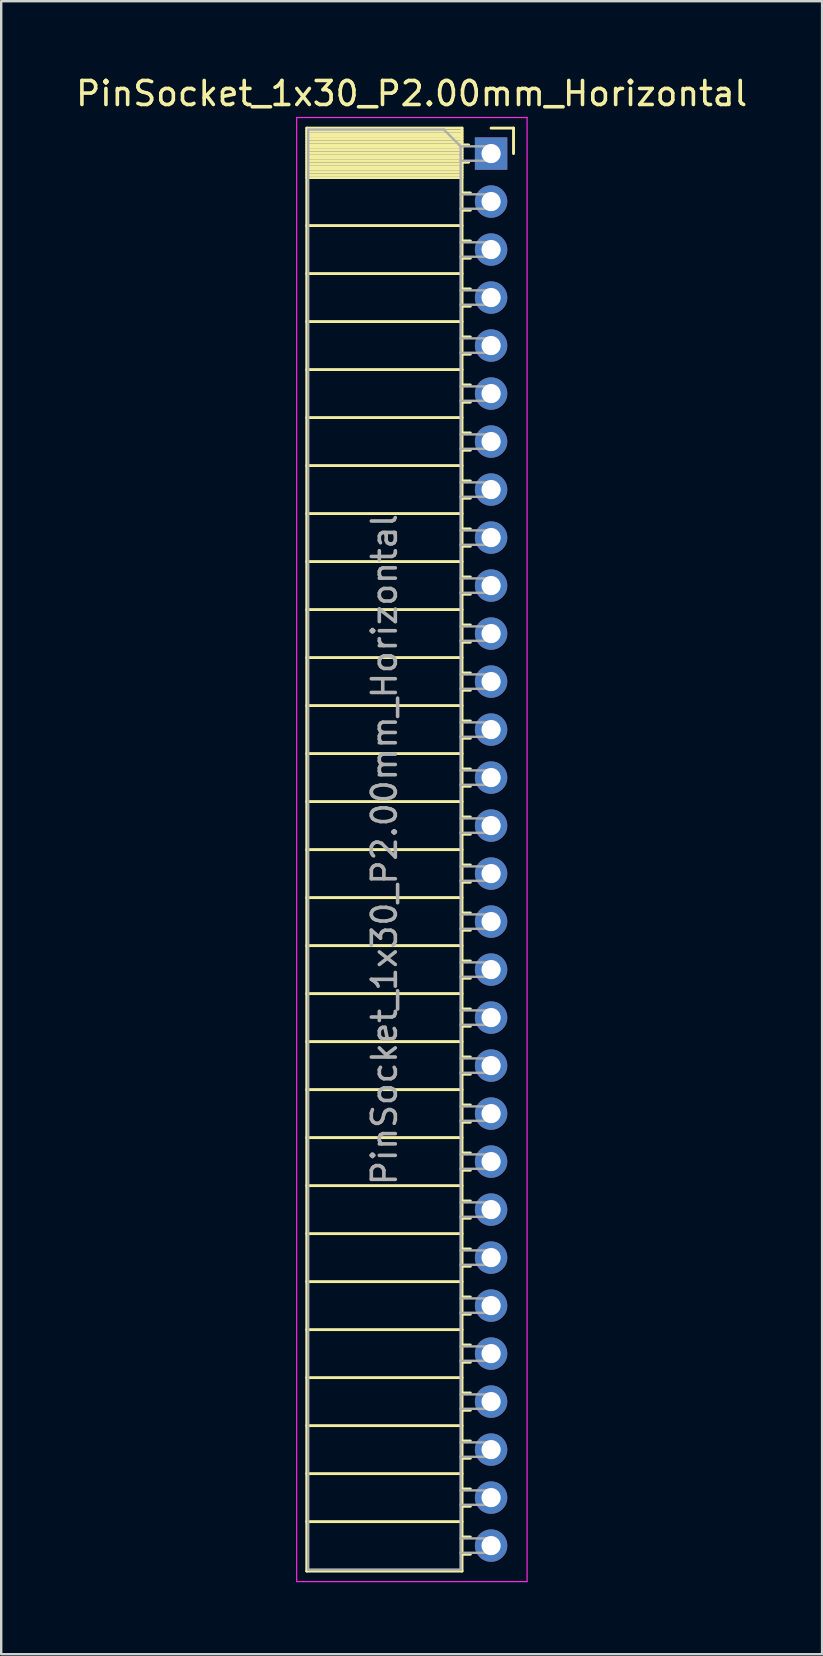
<source format=kicad_pcb>
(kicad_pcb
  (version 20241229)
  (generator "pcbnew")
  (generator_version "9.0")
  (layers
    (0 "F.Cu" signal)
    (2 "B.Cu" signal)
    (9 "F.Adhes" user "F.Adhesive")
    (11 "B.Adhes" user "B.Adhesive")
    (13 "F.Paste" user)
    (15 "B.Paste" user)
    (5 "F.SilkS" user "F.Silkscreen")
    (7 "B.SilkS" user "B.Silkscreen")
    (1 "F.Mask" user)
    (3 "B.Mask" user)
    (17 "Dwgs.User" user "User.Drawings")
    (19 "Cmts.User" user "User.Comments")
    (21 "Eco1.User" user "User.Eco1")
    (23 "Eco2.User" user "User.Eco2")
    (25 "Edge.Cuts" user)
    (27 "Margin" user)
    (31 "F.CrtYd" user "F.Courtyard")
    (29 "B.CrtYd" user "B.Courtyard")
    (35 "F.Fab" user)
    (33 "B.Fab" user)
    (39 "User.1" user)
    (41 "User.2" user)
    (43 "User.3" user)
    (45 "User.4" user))
  (footprint "PinSocket_1x30_P2.00mm_Horizontal"
    (layer "F.Cu")
    (at 17.411 3.348)
    (property "Reference" "PinSocket_1x30_P2.00mm_Horizontal" (at -3.31 -2.5 0) (layer "F.SilkS") (effects (font (size 1 1) (thickness 0.15))))
    (attr through_hole)
    (fp_line (start -7.68 -1.06) (end -7.68 59.06) (stroke (width 0.12) (type solid)) (layer "F.SilkS"))
    (fp_line (start -7.68 -1.06) (end -1.21 -1.06) (stroke (width 0.12) (type solid)) (layer "F.SilkS"))
    (fp_line (start -7.68 -0.94) (end -1.21 -0.94) (stroke (width 0.12) (type solid)) (layer "F.SilkS"))
    (fp_line (start -7.68 -0.826) (end -1.21 -0.826) (stroke (width 0.12) (type solid)) (layer "F.SilkS"))
    (fp_line (start -7.68 -0.712) (end -1.21 -0.712) (stroke (width 0.12) (type solid)) (layer "F.SilkS"))
    (fp_line (start -7.68 -0.598) (end -1.21 -0.598) (stroke (width 0.12) (type solid)) (layer "F.SilkS"))
    (fp_line (start -7.68 -0.484) (end -1.21 -0.484) (stroke (width 0.12) (type solid)) (layer "F.SilkS"))
    (fp_line (start -7.68 -0.369) (end -1.21 -0.369) (stroke (width 0.12) (type solid)) (layer "F.SilkS"))
    (fp_line (start -7.68 -0.255) (end -1.21 -0.255) (stroke (width 0.12) (type solid)) (layer "F.SilkS"))
    (fp_line (start -7.68 -0.141) (end -1.21 -0.141) (stroke (width 0.12) (type solid)) (layer "F.SilkS"))
    (fp_line (start -7.68 -0.027) (end -1.21 -0.027) (stroke (width 0.12) (type solid)) (layer "F.SilkS"))
    (fp_line (start -7.68 0.087) (end -1.21 0.087) (stroke (width 0.12) (type solid)) (layer "F.SilkS"))
    (fp_line (start -7.68 0.201) (end -1.21 0.201) (stroke (width 0.12) (type solid)) (layer "F.SilkS"))
    (fp_line (start -7.68 0.315) (end -1.21 0.315) (stroke (width 0.12) (type solid)) (layer "F.SilkS"))
    (fp_line (start -7.68 0.429) (end -1.21 0.429) (stroke (width 0.12) (type solid)) (layer "F.SilkS"))
    (fp_line (start -7.68 0.544) (end -1.21 0.544) (stroke (width 0.12) (type solid)) (layer "F.SilkS"))
    (fp_line (start -7.68 0.658) (end -1.21 0.658) (stroke (width 0.12) (type solid)) (layer "F.SilkS"))
    (fp_line (start -7.68 0.772) (end -1.21 0.772) (stroke (width 0.12) (type solid)) (layer "F.SilkS"))
    (fp_line (start -7.68 0.886) (end -1.21 0.886) (stroke (width 0.12) (type solid)) (layer "F.SilkS"))
    (fp_line (start -7.68 1) (end -1.21 1) (stroke (width 0.12) (type solid)) (layer "F.SilkS"))
    (fp_line (start -7.68 3) (end -1.21 3) (stroke (width 0.12) (type solid)) (layer "F.SilkS"))
    (fp_line (start -7.68 5) (end -1.21 5) (stroke (width 0.12) (type solid)) (layer "F.SilkS"))
    (fp_line (start -7.68 7) (end -1.21 7) (stroke (width 0.12) (type solid)) (layer "F.SilkS"))
    (fp_line (start -7.68 9) (end -1.21 9) (stroke (width 0.12) (type solid)) (layer "F.SilkS"))
    (fp_line (start -7.68 11) (end -1.21 11) (stroke (width 0.12) (type solid)) (layer "F.SilkS"))
    (fp_line (start -7.68 13) (end -1.21 13) (stroke (width 0.12) (type solid)) (layer "F.SilkS"))
    (fp_line (start -7.68 15) (end -1.21 15) (stroke (width 0.12) (type solid)) (layer "F.SilkS"))
    (fp_line (start -7.68 17) (end -1.21 17) (stroke (width 0.12) (type solid)) (layer "F.SilkS"))
    (fp_line (start -7.68 19) (end -1.21 19) (stroke (width 0.12) (type solid)) (layer "F.SilkS"))
    (fp_line (start -7.68 21) (end -1.21 21) (stroke (width 0.12) (type solid)) (layer "F.SilkS"))
    (fp_line (start -7.68 23) (end -1.21 23) (stroke (width 0.12) (type solid)) (layer "F.SilkS"))
    (fp_line (start -7.68 25) (end -1.21 25) (stroke (width 0.12) (type solid)) (layer "F.SilkS"))
    (fp_line (start -7.68 27) (end -1.21 27) (stroke (width 0.12) (type solid)) (layer "F.SilkS"))
    (fp_line (start -7.68 29) (end -1.21 29) (stroke (width 0.12) (type solid)) (layer "F.SilkS"))
    (fp_line (start -7.68 31) (end -1.21 31) (stroke (width 0.12) (type solid)) (layer "F.SilkS"))
    (fp_line (start -7.68 33) (end -1.21 33) (stroke (width 0.12) (type solid)) (layer "F.SilkS"))
    (fp_line (start -7.68 35) (end -1.21 35) (stroke (width 0.12) (type solid)) (layer "F.SilkS"))
    (fp_line (start -7.68 37) (end -1.21 37) (stroke (width 0.12) (type solid)) (layer "F.SilkS"))
    (fp_line (start -7.68 39) (end -1.21 39) (stroke (width 0.12) (type solid)) (layer "F.SilkS"))
    (fp_line (start -7.68 41) (end -1.21 41) (stroke (width 0.12) (type solid)) (layer "F.SilkS"))
    (fp_line (start -7.68 43) (end -1.21 43) (stroke (width 0.12) (type solid)) (layer "F.SilkS"))
    (fp_line (start -7.68 45) (end -1.21 45) (stroke (width 0.12) (type solid)) (layer "F.SilkS"))
    (fp_line (start -7.68 47) (end -1.21 47) (stroke (width 0.12) (type solid)) (layer "F.SilkS"))
    (fp_line (start -7.68 49) (end -1.21 49) (stroke (width 0.12) (type solid)) (layer "F.SilkS"))
    (fp_line (start -7.68 51) (end -1.21 51) (stroke (width 0.12) (type solid)) (layer "F.SilkS"))
    (fp_line (start -7.68 53) (end -1.21 53) (stroke (width 0.12) (type solid)) (layer "F.SilkS"))
    (fp_line (start -7.68 55) (end -1.21 55) (stroke (width 0.12) (type solid)) (layer "F.SilkS"))
    (fp_line (start -7.68 57) (end -1.21 57) (stroke (width 0.12) (type solid)) (layer "F.SilkS"))
    (fp_line (start -7.68 59.06) (end -1.21 59.06) (stroke (width 0.12) (type solid)) (layer "F.SilkS"))
    (fp_line (start -1.21 -1.06) (end -1.21 59.06) (stroke (width 0.12) (type solid)) (layer "F.SilkS"))
    (fp_line (start -1.21 -0.36) (end -0.935 -0.36) (stroke (width 0.12) (type solid)) (layer "F.SilkS"))
    (fp_line (start -1.21 0.36) (end -0.935 0.36) (stroke (width 0.12) (type solid)) (layer "F.SilkS"))
    (fp_line (start -1.21 1.64) (end -0.863 1.64) (stroke (width 0.12) (type solid)) (layer "F.SilkS"))
    (fp_line (start -1.21 2.36) (end -0.863 2.36) (stroke (width 0.12) (type solid)) (layer "F.SilkS"))
    (fp_line (start -1.21 3.64) (end -0.863 3.64) (stroke (width 0.12) (type solid)) (layer "F.SilkS"))
    (fp_line (start -1.21 4.36) (end -0.863 4.36) (stroke (width 0.12) (type solid)) (layer "F.SilkS"))
    (fp_line (start -1.21 5.64) (end -0.863 5.64) (stroke (width 0.12) (type solid)) (layer "F.SilkS"))
    (fp_line (start -1.21 6.36) (end -0.863 6.36) (stroke (width 0.12) (type solid)) (layer "F.SilkS"))
    (fp_line (start -1.21 7.64) (end -0.863 7.64) (stroke (width 0.12) (type solid)) (layer "F.SilkS"))
    (fp_line (start -1.21 8.36) (end -0.863 8.36) (stroke (width 0.12) (type solid)) (layer "F.SilkS"))
    (fp_line (start -1.21 9.64) (end -0.863 9.64) (stroke (width 0.12) (type solid)) (layer "F.SilkS"))
    (fp_line (start -1.21 10.36) (end -0.863 10.36) (stroke (width 0.12) (type solid)) (layer "F.SilkS"))
    (fp_line (start -1.21 11.64) (end -0.863 11.64) (stroke (width 0.12) (type solid)) (layer "F.SilkS"))
    (fp_line (start -1.21 12.36) (end -0.863 12.36) (stroke (width 0.12) (type solid)) (layer "F.SilkS"))
    (fp_line (start -1.21 13.64) (end -0.863 13.64) (stroke (width 0.12) (type solid)) (layer "F.SilkS"))
    (fp_line (start -1.21 14.36) (end -0.863 14.36) (stroke (width 0.12) (type solid)) (layer "F.SilkS"))
    (fp_line (start -1.21 15.64) (end -0.863 15.64) (stroke (width 0.12) (type solid)) (layer "F.SilkS"))
    (fp_line (start -1.21 16.36) (end -0.863 16.36) (stroke (width 0.12) (type solid)) (layer "F.SilkS"))
    (fp_line (start -1.21 17.64) (end -0.863 17.64) (stroke (width 0.12) (type solid)) (layer "F.SilkS"))
    (fp_line (start -1.21 18.36) (end -0.863 18.36) (stroke (width 0.12) (type solid)) (layer "F.SilkS"))
    (fp_line (start -1.21 19.64) (end -0.863 19.64) (stroke (width 0.12) (type solid)) (layer "F.SilkS"))
    (fp_line (start -1.21 20.36) (end -0.863 20.36) (stroke (width 0.12) (type solid)) (layer "F.SilkS"))
    (fp_line (start -1.21 21.64) (end -0.863 21.64) (stroke (width 0.12) (type solid)) (layer "F.SilkS"))
    (fp_line (start -1.21 22.36) (end -0.863 22.36) (stroke (width 0.12) (type solid)) (layer "F.SilkS"))
    (fp_line (start -1.21 23.64) (end -0.863 23.64) (stroke (width 0.12) (type solid)) (layer "F.SilkS"))
    (fp_line (start -1.21 24.36) (end -0.863 24.36) (stroke (width 0.12) (type solid)) (layer "F.SilkS"))
    (fp_line (start -1.21 25.64) (end -0.863 25.64) (stroke (width 0.12) (type solid)) (layer "F.SilkS"))
    (fp_line (start -1.21 26.36) (end -0.863 26.36) (stroke (width 0.12) (type solid)) (layer "F.SilkS"))
    (fp_line (start -1.21 27.64) (end -0.863 27.64) (stroke (width 0.12) (type solid)) (layer "F.SilkS"))
    (fp_line (start -1.21 28.36) (end -0.863 28.36) (stroke (width 0.12) (type solid)) (layer "F.SilkS"))
    (fp_line (start -1.21 29.64) (end -0.863 29.64) (stroke (width 0.12) (type solid)) (layer "F.SilkS"))
    (fp_line (start -1.21 30.36) (end -0.863 30.36) (stroke (width 0.12) (type solid)) (layer "F.SilkS"))
    (fp_line (start -1.21 31.64) (end -0.863 31.64) (stroke (width 0.12) (type solid)) (layer "F.SilkS"))
    (fp_line (start -1.21 32.36) (end -0.863 32.36) (stroke (width 0.12) (type solid)) (layer "F.SilkS"))
    (fp_line (start -1.21 33.64) (end -0.863 33.64) (stroke (width 0.12) (type solid)) (layer "F.SilkS"))
    (fp_line (start -1.21 34.36) (end -0.863 34.36) (stroke (width 0.12) (type solid)) (layer "F.SilkS"))
    (fp_line (start -1.21 35.64) (end -0.863 35.64) (stroke (width 0.12) (type solid)) (layer "F.SilkS"))
    (fp_line (start -1.21 36.36) (end -0.863 36.36) (stroke (width 0.12) (type solid)) (layer "F.SilkS"))
    (fp_line (start -1.21 37.64) (end -0.863 37.64) (stroke (width 0.12) (type solid)) (layer "F.SilkS"))
    (fp_line (start -1.21 38.36) (end -0.863 38.36) (stroke (width 0.12) (type solid)) (layer "F.SilkS"))
    (fp_line (start -1.21 39.64) (end -0.863 39.64) (stroke (width 0.12) (type solid)) (layer "F.SilkS"))
    (fp_line (start -1.21 40.36) (end -0.863 40.36) (stroke (width 0.12) (type solid)) (layer "F.SilkS"))
    (fp_line (start -1.21 41.64) (end -0.863 41.64) (stroke (width 0.12) (type solid)) (layer "F.SilkS"))
    (fp_line (start -1.21 42.36) (end -0.863 42.36) (stroke (width 0.12) (type solid)) (layer "F.SilkS"))
    (fp_line (start -1.21 43.64) (end -0.863 43.64) (stroke (width 0.12) (type solid)) (layer "F.SilkS"))
    (fp_line (start -1.21 44.36) (end -0.863 44.36) (stroke (width 0.12) (type solid)) (layer "F.SilkS"))
    (fp_line (start -1.21 45.64) (end -0.863 45.64) (stroke (width 0.12) (type solid)) (layer "F.SilkS"))
    (fp_line (start -1.21 46.36) (end -0.863 46.36) (stroke (width 0.12) (type solid)) (layer "F.SilkS"))
    (fp_line (start -1.21 47.64) (end -0.863 47.64) (stroke (width 0.12) (type solid)) (layer "F.SilkS"))
    (fp_line (start -1.21 48.36) (end -0.863 48.36) (stroke (width 0.12) (type solid)) (layer "F.SilkS"))
    (fp_line (start -1.21 49.64) (end -0.863 49.64) (stroke (width 0.12) (type solid)) (layer "F.SilkS"))
    (fp_line (start -1.21 50.36) (end -0.863 50.36) (stroke (width 0.12) (type solid)) (layer "F.SilkS"))
    (fp_line (start -1.21 51.64) (end -0.863 51.64) (stroke (width 0.12) (type solid)) (layer "F.SilkS"))
    (fp_line (start -1.21 52.36) (end -0.863 52.36) (stroke (width 0.12) (type solid)) (layer "F.SilkS"))
    (fp_line (start -1.21 53.64) (end -0.863 53.64) (stroke (width 0.12) (type solid)) (layer "F.SilkS"))
    (fp_line (start -1.21 54.36) (end -0.863 54.36) (stroke (width 0.12) (type solid)) (layer "F.SilkS"))
    (fp_line (start -1.21 55.64) (end -0.863 55.64) (stroke (width 0.12) (type solid)) (layer "F.SilkS"))
    (fp_line (start -1.21 56.36) (end -0.863 56.36) (stroke (width 0.12) (type solid)) (layer "F.SilkS"))
    (fp_line (start -1.21 57.64) (end -0.863 57.64) (stroke (width 0.12) (type solid)) (layer "F.SilkS"))
    (fp_line (start -1.21 58.36) (end -0.863 58.36) (stroke (width 0.12) (type solid)) (layer "F.SilkS"))
    (fp_line (start 0 -1.06) (end 0.935 -1.06) (stroke (width 0.12) (type solid)) (layer "F.SilkS"))
    (fp_line (start 0.935 -1.06) (end 0.935 0) (stroke (width 0.12) (type solid)) (layer "F.SilkS"))
    (fp_line (start -8.1 -1.5) (end -8.1 59.5) (stroke (width 0.05) (type solid)) (layer "F.CrtYd"))
    (fp_line (start -8.1 59.5) (end 1.5 59.5) (stroke (width 0.05) (type solid)) (layer "F.CrtYd"))
    (fp_line (start 1.5 -1.5) (end -8.1 -1.5) (stroke (width 0.05) (type solid)) (layer "F.CrtYd"))
    (fp_line (start 1.5 59.5) (end 1.5 -1.5) (stroke (width 0.05) (type solid)) (layer "F.CrtYd"))
    (fp_line (start -7.62 -1) (end -1.97 -1) (stroke (width 0.1) (type solid)) (layer "F.Fab"))
    (fp_line (start -7.62 59) (end -7.62 -1) (stroke (width 0.1) (type solid)) (layer "F.Fab"))
    (fp_line (start -1.97 -1) (end -1.27 -0.3) (stroke (width 0.1) (type solid)) (layer "F.Fab"))
    (fp_line (start -1.27 -0.3) (end -1.27 59) (stroke (width 0.1) (type solid)) (layer "F.Fab"))
    (fp_line (start -1.27 0.3) (end 0 0.3) (stroke (width 0.1) (type solid)) (layer "F.Fab"))
    (fp_line (start -1.27 2.3) (end 0 2.3) (stroke (width 0.1) (type solid)) (layer "F.Fab"))
    (fp_line (start -1.27 4.3) (end 0 4.3) (stroke (width 0.1) (type solid)) (layer "F.Fab"))
    (fp_line (start -1.27 6.3) (end 0 6.3) (stroke (width 0.1) (type solid)) (layer "F.Fab"))
    (fp_line (start -1.27 8.3) (end 0 8.3) (stroke (width 0.1) (type solid)) (layer "F.Fab"))
    (fp_line (start -1.27 10.3) (end 0 10.3) (stroke (width 0.1) (type solid)) (layer "F.Fab"))
    (fp_line (start -1.27 12.3) (end 0 12.3) (stroke (width 0.1) (type solid)) (layer "F.Fab"))
    (fp_line (start -1.27 14.3) (end 0 14.3) (stroke (width 0.1) (type solid)) (layer "F.Fab"))
    (fp_line (start -1.27 16.3) (end 0 16.3) (stroke (width 0.1) (type solid)) (layer "F.Fab"))
    (fp_line (start -1.27 18.3) (end 0 18.3) (stroke (width 0.1) (type solid)) (layer "F.Fab"))
    (fp_line (start -1.27 20.3) (end 0 20.3) (stroke (width 0.1) (type solid)) (layer "F.Fab"))
    (fp_line (start -1.27 22.3) (end 0 22.3) (stroke (width 0.1) (type solid)) (layer "F.Fab"))
    (fp_line (start -1.27 24.3) (end 0 24.3) (stroke (width 0.1) (type solid)) (layer "F.Fab"))
    (fp_line (start -1.27 26.3) (end 0 26.3) (stroke (width 0.1) (type solid)) (layer "F.Fab"))
    (fp_line (start -1.27 28.3) (end 0 28.3) (stroke (width 0.1) (type solid)) (layer "F.Fab"))
    (fp_line (start -1.27 30.3) (end 0 30.3) (stroke (width 0.1) (type solid)) (layer "F.Fab"))
    (fp_line (start -1.27 32.3) (end 0 32.3) (stroke (width 0.1) (type solid)) (layer "F.Fab"))
    (fp_line (start -1.27 34.3) (end 0 34.3) (stroke (width 0.1) (type solid)) (layer "F.Fab"))
    (fp_line (start -1.27 36.3) (end 0 36.3) (stroke (width 0.1) (type solid)) (layer "F.Fab"))
    (fp_line (start -1.27 38.3) (end 0 38.3) (stroke (width 0.1) (type solid)) (layer "F.Fab"))
    (fp_line (start -1.27 40.3) (end 0 40.3) (stroke (width 0.1) (type solid)) (layer "F.Fab"))
    (fp_line (start -1.27 42.3) (end 0 42.3) (stroke (width 0.1) (type solid)) (layer "F.Fab"))
    (fp_line (start -1.27 44.3) (end 0 44.3) (stroke (width 0.1) (type solid)) (layer "F.Fab"))
    (fp_line (start -1.27 46.3) (end 0 46.3) (stroke (width 0.1) (type solid)) (layer "F.Fab"))
    (fp_line (start -1.27 48.3) (end 0 48.3) (stroke (width 0.1) (type solid)) (layer "F.Fab"))
    (fp_line (start -1.27 50.3) (end 0 50.3) (stroke (width 0.1) (type solid)) (layer "F.Fab"))
    (fp_line (start -1.27 52.3) (end 0 52.3) (stroke (width 0.1) (type solid)) (layer "F.Fab"))
    (fp_line (start -1.27 54.3) (end 0 54.3) (stroke (width 0.1) (type solid)) (layer "F.Fab"))
    (fp_line (start -1.27 56.3) (end 0 56.3) (stroke (width 0.1) (type solid)) (layer "F.Fab"))
    (fp_line (start -1.27 58.3) (end 0 58.3) (stroke (width 0.1) (type solid)) (layer "F.Fab"))
    (fp_line (start -1.27 59) (end -7.62 59) (stroke (width 0.1) (type solid)) (layer "F.Fab"))
    (fp_line (start 0 -0.3) (end -1.27 -0.3) (stroke (width 0.1) (type solid)) (layer "F.Fab"))
    (fp_line (start 0 0.3) (end 0 -0.3) (stroke (width 0.1) (type solid)) (layer "F.Fab"))
    (fp_line (start 0 1.7) (end -1.27 1.7) (stroke (width 0.1) (type solid)) (layer "F.Fab"))
    (fp_line (start 0 2.3) (end 0 1.7) (stroke (width 0.1) (type solid)) (layer "F.Fab"))
    (fp_line (start 0 3.7) (end -1.27 3.7) (stroke (width 0.1) (type solid)) (layer "F.Fab"))
    (fp_line (start 0 4.3) (end 0 3.7) (stroke (width 0.1) (type solid)) (layer "F.Fab"))
    (fp_line (start 0 5.7) (end -1.27 5.7) (stroke (width 0.1) (type solid)) (layer "F.Fab"))
    (fp_line (start 0 6.3) (end 0 5.7) (stroke (width 0.1) (type solid)) (layer "F.Fab"))
    (fp_line (start 0 7.7) (end -1.27 7.7) (stroke (width 0.1) (type solid)) (layer "F.Fab"))
    (fp_line (start 0 8.3) (end 0 7.7) (stroke (width 0.1) (type solid)) (layer "F.Fab"))
    (fp_line (start 0 9.7) (end -1.27 9.7) (stroke (width 0.1) (type solid)) (layer "F.Fab"))
    (fp_line (start 0 10.3) (end 0 9.7) (stroke (width 0.1) (type solid)) (layer "F.Fab"))
    (fp_line (start 0 11.7) (end -1.27 11.7) (stroke (width 0.1) (type solid)) (layer "F.Fab"))
    (fp_line (start 0 12.3) (end 0 11.7) (stroke (width 0.1) (type solid)) (layer "F.Fab"))
    (fp_line (start 0 13.7) (end -1.27 13.7) (stroke (width 0.1) (type solid)) (layer "F.Fab"))
    (fp_line (start 0 14.3) (end 0 13.7) (stroke (width 0.1) (type solid)) (layer "F.Fab"))
    (fp_line (start 0 15.7) (end -1.27 15.7) (stroke (width 0.1) (type solid)) (layer "F.Fab"))
    (fp_line (start 0 16.3) (end 0 15.7) (stroke (width 0.1) (type solid)) (layer "F.Fab"))
    (fp_line (start 0 17.7) (end -1.27 17.7) (stroke (width 0.1) (type solid)) (layer "F.Fab"))
    (fp_line (start 0 18.3) (end 0 17.7) (stroke (width 0.1) (type solid)) (layer "F.Fab"))
    (fp_line (start 0 19.7) (end -1.27 19.7) (stroke (width 0.1) (type solid)) (layer "F.Fab"))
    (fp_line (start 0 20.3) (end 0 19.7) (stroke (width 0.1) (type solid)) (layer "F.Fab"))
    (fp_line (start 0 21.7) (end -1.27 21.7) (stroke (width 0.1) (type solid)) (layer "F.Fab"))
    (fp_line (start 0 22.3) (end 0 21.7) (stroke (width 0.1) (type solid)) (layer "F.Fab"))
    (fp_line (start 0 23.7) (end -1.27 23.7) (stroke (width 0.1) (type solid)) (layer "F.Fab"))
    (fp_line (start 0 24.3) (end 0 23.7) (stroke (width 0.1) (type solid)) (layer "F.Fab"))
    (fp_line (start 0 25.7) (end -1.27 25.7) (stroke (width 0.1) (type solid)) (layer "F.Fab"))
    (fp_line (start 0 26.3) (end 0 25.7) (stroke (width 0.1) (type solid)) (layer "F.Fab"))
    (fp_line (start 0 27.7) (end -1.27 27.7) (stroke (width 0.1) (type solid)) (layer "F.Fab"))
    (fp_line (start 0 28.3) (end 0 27.7) (stroke (width 0.1) (type solid)) (layer "F.Fab"))
    (fp_line (start 0 29.7) (end -1.27 29.7) (stroke (width 0.1) (type solid)) (layer "F.Fab"))
    (fp_line (start 0 30.3) (end 0 29.7) (stroke (width 0.1) (type solid)) (layer "F.Fab"))
    (fp_line (start 0 31.7) (end -1.27 31.7) (stroke (width 0.1) (type solid)) (layer "F.Fab"))
    (fp_line (start 0 32.3) (end 0 31.7) (stroke (width 0.1) (type solid)) (layer "F.Fab"))
    (fp_line (start 0 33.7) (end -1.27 33.7) (stroke (width 0.1) (type solid)) (layer "F.Fab"))
    (fp_line (start 0 34.3) (end 0 33.7) (stroke (width 0.1) (type solid)) (layer "F.Fab"))
    (fp_line (start 0 35.7) (end -1.27 35.7) (stroke (width 0.1) (type solid)) (layer "F.Fab"))
    (fp_line (start 0 36.3) (end 0 35.7) (stroke (width 0.1) (type solid)) (layer "F.Fab"))
    (fp_line (start 0 37.7) (end -1.27 37.7) (stroke (width 0.1) (type solid)) (layer "F.Fab"))
    (fp_line (start 0 38.3) (end 0 37.7) (stroke (width 0.1) (type solid)) (layer "F.Fab"))
    (fp_line (start 0 39.7) (end -1.27 39.7) (stroke (width 0.1) (type solid)) (layer "F.Fab"))
    (fp_line (start 0 40.3) (end 0 39.7) (stroke (width 0.1) (type solid)) (layer "F.Fab"))
    (fp_line (start 0 41.7) (end -1.27 41.7) (stroke (width 0.1) (type solid)) (layer "F.Fab"))
    (fp_line (start 0 42.3) (end 0 41.7) (stroke (width 0.1) (type solid)) (layer "F.Fab"))
    (fp_line (start 0 43.7) (end -1.27 43.7) (stroke (width 0.1) (type solid)) (layer "F.Fab"))
    (fp_line (start 0 44.3) (end 0 43.7) (stroke (width 0.1) (type solid)) (layer "F.Fab"))
    (fp_line (start 0 45.7) (end -1.27 45.7) (stroke (width 0.1) (type solid)) (layer "F.Fab"))
    (fp_line (start 0 46.3) (end 0 45.7) (stroke (width 0.1) (type solid)) (layer "F.Fab"))
    (fp_line (start 0 47.7) (end -1.27 47.7) (stroke (width 0.1) (type solid)) (layer "F.Fab"))
    (fp_line (start 0 48.3) (end 0 47.7) (stroke (width 0.1) (type solid)) (layer "F.Fab"))
    (fp_line (start 0 49.7) (end -1.27 49.7) (stroke (width 0.1) (type solid)) (layer "F.Fab"))
    (fp_line (start 0 50.3) (end 0 49.7) (stroke (width 0.1) (type solid)) (layer "F.Fab"))
    (fp_line (start 0 51.7) (end -1.27 51.7) (stroke (width 0.1) (type solid)) (layer "F.Fab"))
    (fp_line (start 0 52.3) (end 0 51.7) (stroke (width 0.1) (type solid)) (layer "F.Fab"))
    (fp_line (start 0 53.7) (end -1.27 53.7) (stroke (width 0.1) (type solid)) (layer "F.Fab"))
    (fp_line (start 0 54.3) (end 0 53.7) (stroke (width 0.1) (type solid)) (layer "F.Fab"))
    (fp_line (start 0 55.7) (end -1.27 55.7) (stroke (width 0.1) (type solid)) (layer "F.Fab"))
    (fp_line (start 0 56.3) (end 0 55.7) (stroke (width 0.1) (type solid)) (layer "F.Fab"))
    (fp_line (start 0 57.7) (end -1.27 57.7) (stroke (width 0.1) (type solid)) (layer "F.Fab"))
    (fp_line (start 0 58.3) (end 0 57.7) (stroke (width 0.1) (type solid)) (layer "F.Fab"))
    (fp_text user "${REFERENCE}" (at -4.445 29 90) (layer "F.Fab") (effects (font (size 1 1) (thickness 0.15))))
    (pad "1" thru_hole rect (at 0 0) (size 1.35 1.35) (drill 0.8) (layers "*.Cu" "*.Mask"))
    (pad "2" thru_hole circle (at 0 2) (size 1.35 1.35) (drill 0.8) (layers "*.Cu" "*.Mask"))
    (pad "3" thru_hole circle (at 0 4) (size 1.35 1.35) (drill 0.8) (layers "*.Cu" "*.Mask"))
    (pad "4" thru_hole circle (at 0 6) (size 1.35 1.35) (drill 0.8) (layers "*.Cu" "*.Mask"))
    (pad "5" thru_hole circle (at 0 8) (size 1.35 1.35) (drill 0.8) (layers "*.Cu" "*.Mask"))
    (pad "6" thru_hole circle (at 0 10) (size 1.35 1.35) (drill 0.8) (layers "*.Cu" "*.Mask"))
    (pad "7" thru_hole circle (at 0 12) (size 1.35 1.35) (drill 0.8) (layers "*.Cu" "*.Mask"))
    (pad "8" thru_hole circle (at 0 14) (size 1.35 1.35) (drill 0.8) (layers "*.Cu" "*.Mask"))
    (pad "9" thru_hole circle (at 0 16) (size 1.35 1.35) (drill 0.8) (layers "*.Cu" "*.Mask"))
    (pad "10" thru_hole circle (at 0 18) (size 1.35 1.35) (drill 0.8) (layers "*.Cu" "*.Mask"))
    (pad "11" thru_hole circle (at 0 20) (size 1.35 1.35) (drill 0.8) (layers "*.Cu" "*.Mask"))
    (pad "12" thru_hole circle (at 0 22) (size 1.35 1.35) (drill 0.8) (layers "*.Cu" "*.Mask"))
    (pad "13" thru_hole circle (at 0 24) (size 1.35 1.35) (drill 0.8) (layers "*.Cu" "*.Mask"))
    (pad "14" thru_hole circle (at 0 26) (size 1.35 1.35) (drill 0.8) (layers "*.Cu" "*.Mask"))
    (pad "15" thru_hole circle (at 0 28) (size 1.35 1.35) (drill 0.8) (layers "*.Cu" "*.Mask"))
    (pad "16" thru_hole circle (at 0 30) (size 1.35 1.35) (drill 0.8) (layers "*.Cu" "*.Mask"))
    (pad "17" thru_hole circle (at 0 32) (size 1.35 1.35) (drill 0.8) (layers "*.Cu" "*.Mask"))
    (pad "18" thru_hole circle (at 0 34) (size 1.35 1.35) (drill 0.8) (layers "*.Cu" "*.Mask"))
    (pad "19" thru_hole circle (at 0 36) (size 1.35 1.35) (drill 0.8) (layers "*.Cu" "*.Mask"))
    (pad "20" thru_hole circle (at 0 38) (size 1.35 1.35) (drill 0.8) (layers "*.Cu" "*.Mask"))
    (pad "21" thru_hole circle (at 0 40) (size 1.35 1.35) (drill 0.8) (layers "*.Cu" "*.Mask"))
    (pad "22" thru_hole circle (at 0 42) (size 1.35 1.35) (drill 0.8) (layers "*.Cu" "*.Mask"))
    (pad "23" thru_hole circle (at 0 44) (size 1.35 1.35) (drill 0.8) (layers "*.Cu" "*.Mask"))
    (pad "24" thru_hole circle (at 0 46) (size 1.35 1.35) (drill 0.8) (layers "*.Cu" "*.Mask"))
    (pad "25" thru_hole circle (at 0 48) (size 1.35 1.35) (drill 0.8) (layers "*.Cu" "*.Mask"))
    (pad "26" thru_hole circle (at 0 50) (size 1.35 1.35) (drill 0.8) (layers "*.Cu" "*.Mask"))
    (pad "27" thru_hole circle (at 0 52) (size 1.35 1.35) (drill 0.8) (layers "*.Cu" "*.Mask"))
    (pad "28" thru_hole circle (at 0 54) (size 1.35 1.35) (drill 0.8) (layers "*.Cu" "*.Mask"))
    (pad "29" thru_hole circle (at 0 56) (size 1.35 1.35) (drill 0.8) (layers "*.Cu" "*.Mask"))
    (pad "30" thru_hole circle (at 0 58) (size 1.35 1.35) (drill 0.8) (layers "*.Cu" "*.Mask")))
  (gr_rect
    (start -3 -3)
    (end 31.202 65.873)
    (stroke (width 0.1) (type default))
    (fill no)
    (layer "Edge.Cuts")))
</source>
